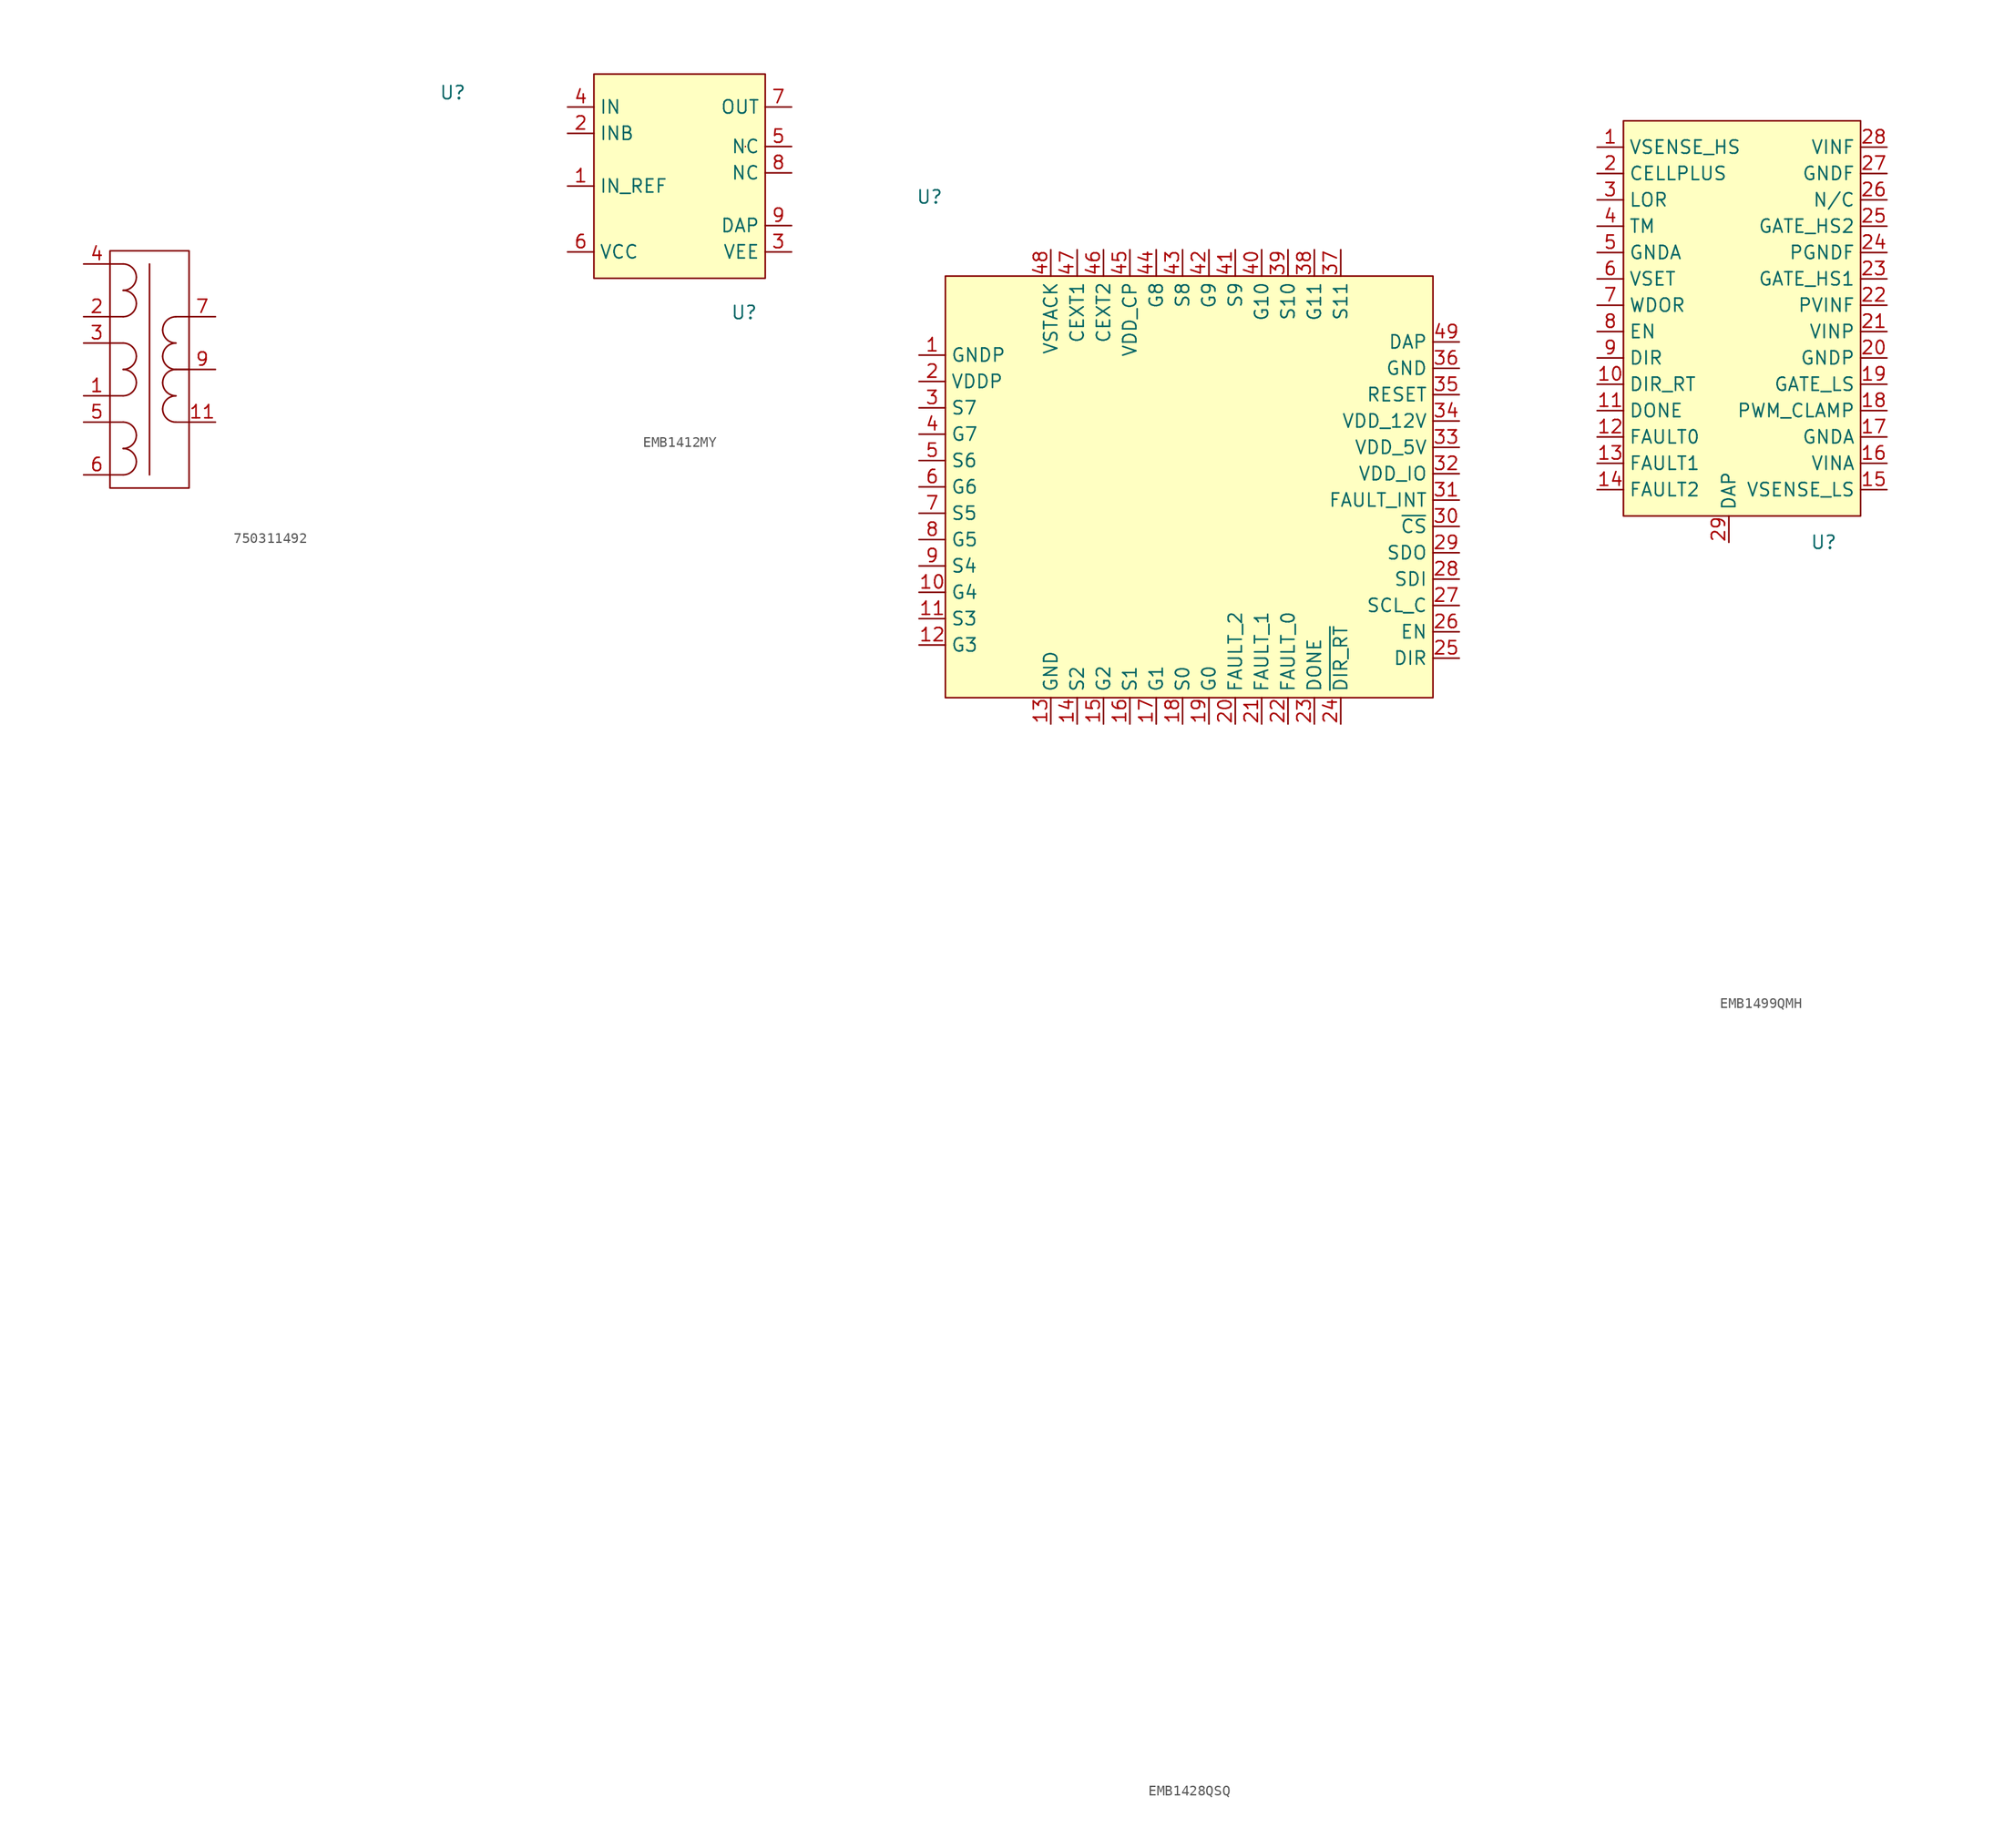
<source format=kicad_sym>
(kicad_symbol_lib
  (version 20241209)
  (generator "kicad_symbol_editor")
  (generator_version "9.0")
  (symbol "750311492"
    (property "Reference" "U"
      (at 26.67 26.67 0)
      (effects (font (size 1.27 1.27))))
    (property "Value" ""
      (at 0 0 0)
      (effects (font (size 1.27 1.27))))
    (symbol "750311492_0_0"
      (pin unspecified line (at -8.89 10.16 0) (length 2.54) (name "" (effects (font (size 1.27 1.27)))) (number "4" (effects (font (size 1.27 1.27)))))
      (pin unspecified line (at -8.89 5.08 0) (length 2.54) (name "" (effects (font (size 1.27 1.27)))) (number "2" (effects (font (size 1.27 1.27)))))
      (pin unspecified line (at -8.89 2.54 0) (length 2.54) (name "" (effects (font (size 1.27 1.27)))) (number "3" (effects (font (size 1.27 1.27)))))
      (pin unspecified line (at -8.89 -2.54 0) (length 2.54) (name "" (effects (font (size 1.27 1.27)))) (number "1" (effects (font (size 1.27 1.27)))))
      (pin unspecified line (at -8.89 -5.08 0) (length 2.54) (name "" (effects (font (size 1.27 1.27)))) (number "5" (effects (font (size 1.27 1.27)))))
      (pin unspecified line (at -8.89 -10.16 0) (length 2.54) (name "" (effects (font (size 1.27 1.27)))) (number "6" (effects (font (size 1.27 1.27)))))
      (pin unspecified line (at 3.81 5.08 180) (length 2.54) (name "" (effects (font (size 1.27 1.27)))) (number "7" (effects (font (size 1.27 1.27)))))
      (pin unspecified line (at 3.81 0 180) (length 2.54) (name "" (effects (font (size 1.27 1.27)))) (number "9" (effects (font (size 1.27 1.27)))))
      (pin unspecified line (at 3.81 -5.08 180) (length 2.54) (name "" (effects (font (size 1.27 1.27)))) (number "11" (effects (font (size 1.27 1.27))))))
    (symbol "750311492_0_1"
      (rectangle (start -6.35 11.43) (end 1.27 -11.43) (stroke (width 0) (type default)) (fill (type none)))
      (polyline (pts (xy -6.35 10.16) (xy -5.08 10.16)) (stroke (width 0) (type default)) (fill (type none)))
      (polyline (pts (xy -6.35 5.08) (xy -5.08 5.08)) (stroke (width 0) (type default)) (fill (type none)))
      (polyline (pts (xy -6.35 2.54) (xy -5.08 2.54)) (stroke (width 0) (type default)) (fill (type none)))
      (polyline (pts (xy -6.35 -2.54) (xy -5.08 -2.54)) (stroke (width 0) (type default)) (fill (type none)))
      (polyline (pts (xy -6.35 -5.08) (xy -5.08 -5.08)) (stroke (width 0) (type default)) (fill (type none)))
      (polyline (pts (xy -6.35 -10.16) (xy -5.08 -10.16)) (stroke (width 0) (type default)) (fill (type none)))
      (arc (start -3.81 1.27) (mid -4.182 0.372) (end -5.08 0) (stroke (width 0) (type default)) (fill (type none)))
      (arc (start -5.08 2.54) (mid -4.182 2.168) (end -3.81 1.27) (stroke (width 0) (type default)) (fill (type none)))
      (arc (start -3.81 -6.35) (mid -4.182 -7.248) (end -5.08 -7.62) (stroke (width 0) (type default)) (fill (type none)))
      (arc (start -5.08 -5.08) (mid -4.182 -5.452) (end -3.81 -6.35) (stroke (width 0) (type default)) (fill (type none)))
      (arc (start -5.08 10.16) (mid -4.182 9.788) (end -3.81 8.89) (stroke (width 0) (type default)) (fill (type none)))
      (arc (start -3.81 8.89) (mid -4.182 7.992) (end -5.08 7.62) (stroke (width 0) (type default)) (fill (type none)))
      (arc (start -3.8099 6.3499) (mid -4.1819 5.4519) (end -5.0799 5.0799) (stroke (width 0) (type default)) (fill (type none)))
      (arc (start -5.0799 7.6199) (mid -4.1819 7.2479) (end -3.8099 6.3499) (stroke (width 0) (type default)) (fill (type none)))
      (arc (start -3.8099 -1.2701) (mid -4.1819 -2.1681) (end -5.0799 -2.5401) (stroke (width 0) (type default)) (fill (type none)))
      (arc (start -5.0799 -0.0001) (mid -4.1819 -0.3721) (end -3.8099 -1.2701) (stroke (width 0) (type default)) (fill (type none)))
      (arc (start -3.8099 -8.8901) (mid -4.1819 -9.7881) (end -5.0799 -10.1601) (stroke (width 0) (type default)) (fill (type none)))
      (arc (start -5.0799 -7.6201) (mid -4.1819 -7.9921) (end -3.8099 -8.8901) (stroke (width 0) (type default)) (fill (type none)))
      (polyline (pts (xy -2.54 -10.16) (xy -2.54 10.16)) (stroke (width 0) (type default)) (fill (type none)))
      (arc (start -0.0001 2.5401) (mid -0.8981 2.9121) (end -1.2701 3.8101) (stroke (width 0) (type default)) (fill (type none)))
      (arc (start -1.2701 3.8101) (mid -0.8981 4.7081) (end -0.0001 5.0801) (stroke (width 0) (type default)) (fill (type none)))
      (arc (start -0.0001 -5.0801) (mid -0.8981 -4.7081) (end -1.2701 -3.8101) (stroke (width 0) (type default)) (fill (type none)))
      (arc (start -1.2701 -3.8101) (mid -0.8981 -2.9121) (end -0.0001 -2.5401) (stroke (width 0) (type default)) (fill (type none)))
      (arc (start 0 0) (mid -0.898 0.372) (end -1.27 1.27) (stroke (width 0) (type default)) (fill (type none)))
      (arc (start -1.27 1.27) (mid -0.898 2.168) (end 0 2.54) (stroke (width 0) (type default)) (fill (type none)))
      (arc (start 0 -2.54) (mid -0.898 -2.168) (end -1.27 -1.27) (stroke (width 0) (type default)) (fill (type none)))
      (arc (start -1.27 -1.27) (mid -0.898 -0.372) (end 0 0) (stroke (width 0) (type default)) (fill (type none)))
      (polyline (pts (xy 1.27 5.08) (xy 0 5.08)) (stroke (width 0) (type default)) (fill (type none)))
      (polyline (pts (xy 1.27 0) (xy 0 0)) (stroke (width 0) (type default)) (fill (type none)))
      (polyline (pts (xy 1.27 0) (xy 0 0)) (stroke (width 0) (type default)) (fill (type none)))
      (polyline (pts (xy 1.27 -5.08) (xy 0 -5.08)) (stroke (width 0) (type default)) (fill (type none))))
    (symbol "750311492_1_0"
      (pin unspecified line (at 3.81 5.08 180) (length 2.54) (hide yes) (name "" (effects (font (size 1.27 1.27)))) (number "8" (effects (font (size 1.27 1.27)))))
      (pin unspecified line (at 3.81 0 180) (length 2.54) (hide yes) (name "" (effects (font (size 1.27 1.27)))) (number "10" (effects (font (size 1.27 1.27)))))
      (pin unspecified line (at 3.81 -5.08 180) (length 2.54) (hide yes) (name "" (effects (font (size 1.27 1.27)))) (number "12" (effects (font (size 1.27 1.27)))))))
  (symbol "EMB1412MY"
    (property "Reference" "U"
      (at 17.018 8.128 0)
      (effects (font (size 1.27 1.27))))
    (property "Value" ""
      (at 0 0 0)
      (effects (font (size 1.27 1.27))))
    (symbol "EMB1412MY_0_0"
      (pin unspecified line (at 0 27.94 0) (length 2.54) (name "IN" (effects (font (size 1.27 1.27)))) (number "4" (effects (font (size 1.27 1.27)))))
      (pin unspecified line (at 0 25.4 0) (length 2.54) (name "INB" (effects (font (size 1.27 1.27)))) (number "2" (effects (font (size 1.27 1.27)))))
      (pin unspecified line (at 0 20.32 0) (length 2.54) (name "IN_REF" (effects (font (size 1.27 1.27)))) (number "1" (effects (font (size 1.27 1.27)))))
      (pin unspecified line (at 0 13.97 0) (length 2.54) (name "VCC" (effects (font (size 1.27 1.27)))) (number "6" (effects (font (size 1.27 1.27)))))
      (pin unspecified line (at 21.59 27.94 180) (length 2.54) (name "OUT" (effects (font (size 1.27 1.27)))) (number "7" (effects (font (size 1.27 1.27)))))
      (pin unspecified line (at 21.59 24.13 180) (length 2.54) (name "NC" (effects (font (size 1.27 1.27)))) (number "5" (effects (font (size 1.27 1.27)))))
      (pin unspecified line (at 21.59 21.59 180) (length 2.54) (name "NC" (effects (font (size 1.27 1.27)))) (number "8" (effects (font (size 1.27 1.27)))))
      (pin unspecified line (at 21.59 16.51 180) (length 2.54) (name "DAP" (effects (font (size 1.27 1.27)))) (number "9" (effects (font (size 1.27 1.27)))))
      (pin unspecified line (at 21.59 13.97 180) (length 2.54) (name "VEE" (effects (font (size 1.27 1.27)))) (number "3" (effects (font (size 1.27 1.27))))))
    (symbol "EMB1412MY_0_1"
      (rectangle (start 17.145 24.13) (end 17.145 24.13) (stroke (width 0) (type default)) (fill (type none))))
    (symbol "EMB1412MY_1_1"
      (rectangle (start 2.54 31.115) (end 19.05 11.43) (stroke (width 0) (type solid)) (fill (type background)))))
  (symbol "EMB1428QSQ"
    (property "Reference" "U"
      (at -5.334 138.43 0)
      (effects (font (size 1.27 1.27))))
    (property "Value" ""
      (at 0 0 0)
      (effects (font (size 1.27 1.27))))
    (symbol "EMB1428QSQ_1_0"
      (pin input line (at -6.35 120.65 0) (length 2.54) (name "VDDP" (effects (font (size 1.27 1.27)))) (number "2" (effects (font (size 1.27 1.27)))))
      (pin input line (at -6.35 118.11 0) (length 2.54) (name "S7" (effects (font (size 1.27 1.27)))) (number "3" (effects (font (size 1.27 1.27)))))
      (pin input line (at -6.35 115.57 0) (length 2.54) (name "G7" (effects (font (size 1.27 1.27)))) (number "4" (effects (font (size 1.27 1.27)))))
      (pin input line (at -6.35 113.03 0) (length 2.54) (name "S6" (effects (font (size 1.27 1.27)))) (number "5" (effects (font (size 1.27 1.27)))))
      (pin input line (at -6.35 110.49 0) (length 2.54) (name "G6" (effects (font (size 1.27 1.27)))) (number "6" (effects (font (size 1.27 1.27)))))
      (pin input line (at -6.35 107.95 0) (length 2.54) (name "S5" (effects (font (size 1.27 1.27)))) (number "7" (effects (font (size 1.27 1.27)))))
      (pin input line (at -6.35 105.41 0) (length 2.54) (name "G5" (effects (font (size 1.27 1.27)))) (number "8" (effects (font (size 1.27 1.27)))))
      (pin input line (at -6.35 102.87 0) (length 2.54) (name "S4" (effects (font (size 1.27 1.27)))) (number "9" (effects (font (size 1.27 1.27)))))
      (pin input line (at -6.35 100.33 0) (length 2.54) (name "G4" (effects (font (size 1.27 1.27)))) (number "10" (effects (font (size 1.27 1.27)))))
      (pin input line (at -6.35 97.79 0) (length 2.54) (name "S3" (effects (font (size 1.27 1.27)))) (number "11" (effects (font (size 1.27 1.27)))))
      (pin input line (at -6.35 95.25 0) (length 2.54) (name "G3" (effects (font (size 1.27 1.27)))) (number "12" (effects (font (size 1.27 1.27)))))
      (pin input line (at 6.35 133.35 270) (length 2.54) (name "VSTACK" (effects (font (size 1.27 1.27)))) (number "48" (effects (font (size 1.27 1.27)))))
      (pin input line (at 6.35 87.63 90) (length 2.54) (name "GND" (effects (font (size 1.27 1.27)))) (number "13" (effects (font (size 1.27 1.27)))))
      (pin input line (at 8.89 133.35 270) (length 2.54) (name "CEXT1" (effects (font (size 1.27 1.27)))) (number "47" (effects (font (size 1.27 1.27)))))
      (pin input line (at 8.89 87.63 90) (length 2.54) (name "S2" (effects (font (size 1.27 1.27)))) (number "14" (effects (font (size 1.27 1.27)))))
      (pin input line (at 11.43 133.35 270) (length 2.54) (name "CEXT2" (effects (font (size 1.27 1.27)))) (number "46" (effects (font (size 1.27 1.27)))))
      (pin input line (at 11.43 87.63 90) (length 2.54) (name "G2" (effects (font (size 1.27 1.27)))) (number "15" (effects (font (size 1.27 1.27)))))
      (pin input line (at 13.97 133.35 270) (length 2.54) (name "VDD_CP" (effects (font (size 1.27 1.27)))) (number "45" (effects (font (size 1.27 1.27)))))
      (pin input line (at 13.97 87.63 90) (length 2.54) (name "S1" (effects (font (size 1.27 1.27)))) (number "16" (effects (font (size 1.27 1.27)))))
      (pin input line (at 16.51 133.35 270) (length 2.54) (name "G8" (effects (font (size 1.27 1.27)))) (number "44" (effects (font (size 1.27 1.27)))))
      (pin input line (at 16.51 87.63 90) (length 2.54) (name "G1" (effects (font (size 1.27 1.27)))) (number "17" (effects (font (size 1.27 1.27)))))
      (pin input line (at 19.05 133.35 270) (length 2.54) (name "S8" (effects (font (size 1.27 1.27)))) (number "43" (effects (font (size 1.27 1.27)))))
      (pin input line (at 19.05 87.63 90) (length 2.54) (name "S0" (effects (font (size 1.27 1.27)))) (number "18" (effects (font (size 1.27 1.27)))))
      (pin input line (at 21.59 133.35 270) (length 2.54) (name "G9" (effects (font (size 1.27 1.27)))) (number "42" (effects (font (size 1.27 1.27)))))
      (pin input line (at 21.59 87.63 90) (length 2.54) (name "G0" (effects (font (size 1.27 1.27)))) (number "19" (effects (font (size 1.27 1.27)))))
      (pin input line (at 24.13 133.35 270) (length 2.54) (name "S9" (effects (font (size 1.27 1.27)))) (number "41" (effects (font (size 1.27 1.27)))))
      (pin input line (at 24.13 87.63 90) (length 2.54) (name "FAULT_2" (effects (font (size 1.27 1.27)))) (number "20" (effects (font (size 1.27 1.27)))))
      (pin input line (at 26.67 133.35 270) (length 2.54) (name "G10" (effects (font (size 1.27 1.27)))) (number "40" (effects (font (size 1.27 1.27)))))
      (pin input line (at 26.67 87.63 90) (length 2.54) (name "FAULT_1" (effects (font (size 1.27 1.27)))) (number "21" (effects (font (size 1.27 1.27)))))
      (pin input line (at 29.21 133.35 270) (length 2.54) (name "S10" (effects (font (size 1.27 1.27)))) (number "39" (effects (font (size 1.27 1.27)))))
      (pin input line (at 29.21 87.63 90) (length 2.54) (name "FAULT_0" (effects (font (size 1.27 1.27)))) (number "22" (effects (font (size 1.27 1.27)))))
      (pin input line (at 31.75 133.35 270) (length 2.54) (name "G11" (effects (font (size 1.27 1.27)))) (number "38" (effects (font (size 1.27 1.27)))))
      (pin input line (at 31.75 87.63 90) (length 2.54) (name "DONE" (effects (font (size 1.27 1.27)))) (number "23" (effects (font (size 1.27 1.27)))))
      (pin input line (at 34.29 133.35 270) (length 2.54) (name "S11" (effects (font (size 1.27 1.27)))) (number "37" (effects (font (size 1.27 1.27)))))
      (pin input line (at 34.29 87.63 90) (length 2.54) (name "~{DIR_RT}" (effects (font (size 1.27 1.27)))) (number "24" (effects (font (size 1.27 1.27)))))
      (pin input line (at 45.72 124.46 180) (length 2.54) (name "DAP" (effects (font (size 1.27 1.27)))) (number "49" (effects (font (size 1.27 1.27)))))
      (pin input line (at 45.72 121.92 180) (length 2.54) (name "GND" (effects (font (size 1.27 1.27)))) (number "36" (effects (font (size 1.27 1.27)))))
      (pin input line (at 45.72 119.38 180) (length 2.54) (name "RESET" (effects (font (size 1.27 1.27)))) (number "35" (effects (font (size 1.27 1.27)))))
      (pin input line (at 45.72 116.84 180) (length 2.54) (name "VDD_12V" (effects (font (size 1.27 1.27)))) (number "34" (effects (font (size 1.27 1.27)))))
      (pin input line (at 45.72 114.3 180) (length 2.54) (name "VDD_5V" (effects (font (size 1.27 1.27)))) (number "33" (effects (font (size 1.27 1.27)))))
      (pin input line (at 45.72 111.76 180) (length 2.54) (name "VDD_IO" (effects (font (size 1.27 1.27)))) (number "32" (effects (font (size 1.27 1.27)))))
      (pin input line (at 45.72 109.22 180) (length 2.54) (name "FAULT_INT" (effects (font (size 1.27 1.27)))) (number "31" (effects (font (size 1.27 1.27)))))
      (pin input line (at 45.72 106.68 180) (length 2.54) (name "~{CS}" (effects (font (size 1.27 1.27)))) (number "30" (effects (font (size 1.27 1.27)))))
      (pin input line (at 45.72 104.14 180) (length 2.54) (name "SDO" (effects (font (size 1.27 1.27)))) (number "29" (effects (font (size 1.27 1.27)))))
      (pin input line (at 45.72 101.6 180) (length 2.54) (name "SDI" (effects (font (size 1.27 1.27)))) (number "28" (effects (font (size 1.27 1.27)))))
      (pin input line (at 45.72 99.06 180) (length 2.54) (name "SCL_C" (effects (font (size 1.27 1.27)))) (number "27" (effects (font (size 1.27 1.27)))))
      (pin input line (at 45.72 96.52 180) (length 2.54) (name "EN" (effects (font (size 1.27 1.27)))) (number "26" (effects (font (size 1.27 1.27)))))
      (pin input line (at 45.72 93.98 180) (length 2.54) (name "DIR" (effects (font (size 1.27 1.27)))) (number "25" (effects (font (size 1.27 1.27))))))
    (symbol "EMB1428QSQ_1_1"
      (rectangle (start -3.81 130.81) (end 43.18 90.17) (stroke (width 0) (type solid)) (fill (type background)))
      (pin input line (at -6.35 123.19 0) (length 2.54) (name "GNDP" (effects (font (size 1.27 1.27)))) (number "1" (effects (font (size 1.27 1.27)))))))
  (symbol "EMB1499QMH"
    (property "Reference" "U"
      (at -9.906 35.56 0)
      (effects (font (size 1.27 1.27))))
    (property "Value" ""
      (at 0 0 0)
      (effects (font (size 1.27 1.27))))
    (symbol "EMB1499QMH_0_0"
      (pin unspecified line (at -31.75 73.66 0) (length 2.54) (name "VSENSE_HS" (effects (font (size 1.27 1.27)))) (number "1" (effects (font (size 1.27 1.27)))))
      (pin unspecified line (at -31.75 71.12 0) (length 2.54) (name "CELLPLUS" (effects (font (size 1.27 1.27)))) (number "2" (effects (font (size 1.27 1.27)))))
      (pin unspecified line (at -31.75 68.58 0) (length 2.54) (name "LOR" (effects (font (size 1.27 1.27)))) (number "3" (effects (font (size 1.27 1.27)))))
      (pin unspecified line (at -31.75 66.04 0) (length 2.54) (name "TM" (effects (font (size 1.27 1.27)))) (number "4" (effects (font (size 1.27 1.27)))))
      (pin unspecified line (at -31.75 63.5 0) (length 2.54) (name "GNDA" (effects (font (size 1.27 1.27)))) (number "5" (effects (font (size 1.27 1.27)))))
      (pin unspecified line (at -31.75 60.96 0) (length 2.54) (name "VSET" (effects (font (size 1.27 1.27)))) (number "6" (effects (font (size 1.27 1.27)))))
      (pin unspecified line (at -31.75 58.42 0) (length 2.54) (name "WDOR" (effects (font (size 1.27 1.27)))) (number "7" (effects (font (size 1.27 1.27)))))
      (pin unspecified line (at -31.75 55.88 0) (length 2.54) (name "EN" (effects (font (size 1.27 1.27)))) (number "8" (effects (font (size 1.27 1.27)))))
      (pin unspecified line (at -31.75 53.34 0) (length 2.54) (name "DIR" (effects (font (size 1.27 1.27)))) (number "9" (effects (font (size 1.27 1.27)))))
      (pin unspecified line (at -31.75 50.8 0) (length 2.54) (name "DIR_RT" (effects (font (size 1.27 1.27)))) (number "10" (effects (font (size 1.27 1.27)))))
      (pin unspecified line (at -31.75 48.26 0) (length 2.54) (name "DONE" (effects (font (size 1.27 1.27)))) (number "11" (effects (font (size 1.27 1.27)))))
      (pin unspecified line (at -31.75 45.72 0) (length 2.54) (name "FAULT0" (effects (font (size 1.27 1.27)))) (number "12" (effects (font (size 1.27 1.27)))))
      (pin unspecified line (at -31.75 43.18 0) (length 2.54) (name "FAULT1" (effects (font (size 1.27 1.27)))) (number "13" (effects (font (size 1.27 1.27)))))
      (pin unspecified line (at -31.75 40.64 0) (length 2.54) (name "FAULT2" (effects (font (size 1.27 1.27)))) (number "14" (effects (font (size 1.27 1.27)))))
      (pin unspecified line (at -19.05 35.56 90) (length 2.54) (name "DAP" (effects (font (size 1.27 1.27)))) (number "29" (effects (font (size 1.27 1.27)))))
      (pin unspecified line (at -3.81 73.66 180) (length 2.54) (name "VINF" (effects (font (size 1.27 1.27)))) (number "28" (effects (font (size 1.27 1.27)))))
      (pin unspecified line (at -3.81 71.12 180) (length 2.54) (name "GNDF" (effects (font (size 1.27 1.27)))) (number "27" (effects (font (size 1.27 1.27)))))
      (pin unspecified line (at -3.81 68.58 180) (length 2.54) (name "N/C" (effects (font (size 1.27 1.27)))) (number "26" (effects (font (size 1.27 1.27)))))
      (pin unspecified line (at -3.81 66.04 180) (length 2.54) (name "GATE_HS2" (effects (font (size 1.27 1.27)))) (number "25" (effects (font (size 1.27 1.27)))))
      (pin unspecified line (at -3.81 63.5 180) (length 2.54) (name "PGNDF" (effects (font (size 1.27 1.27)))) (number "24" (effects (font (size 1.27 1.27)))))
      (pin unspecified line (at -3.81 60.96 180) (length 2.54) (name "GATE_HS1" (effects (font (size 1.27 1.27)))) (number "23" (effects (font (size 1.27 1.27)))))
      (pin unspecified line (at -3.81 58.42 180) (length 2.54) (name "PVINF" (effects (font (size 1.27 1.27)))) (number "22" (effects (font (size 1.27 1.27)))))
      (pin unspecified line (at -3.81 55.88 180) (length 2.54) (name "VINP" (effects (font (size 1.27 1.27)))) (number "21" (effects (font (size 1.27 1.27)))))
      (pin unspecified line (at -3.81 53.34 180) (length 2.54) (name "GNDP" (effects (font (size 1.27 1.27)))) (number "20" (effects (font (size 1.27 1.27)))))
      (pin unspecified line (at -3.81 50.8 180) (length 2.54) (name "GATE_LS" (effects (font (size 1.27 1.27)))) (number "19" (effects (font (size 1.27 1.27)))))
      (pin unspecified line (at -3.81 48.26 180) (length 2.54) (name "PWM_CLAMP" (effects (font (size 1.27 1.27)))) (number "18" (effects (font (size 1.27 1.27)))))
      (pin unspecified line (at -3.81 45.72 180) (length 2.54) (name "GNDA" (effects (font (size 1.27 1.27)))) (number "17" (effects (font (size 1.27 1.27)))))
      (pin unspecified line (at -3.81 43.18 180) (length 2.54) (name "VINA" (effects (font (size 1.27 1.27)))) (number "16" (effects (font (size 1.27 1.27)))))
      (pin unspecified line (at -3.81 40.64 180) (length 2.54) (name "VSENSE_LS" (effects (font (size 1.27 1.27)))) (number "15" (effects (font (size 1.27 1.27))))))
    (symbol "EMB1499QMH_1_1"
      (rectangle (start -29.21 76.2) (end -6.35 38.1) (stroke (width 0) (type solid)) (fill (type background))))))
</source>
